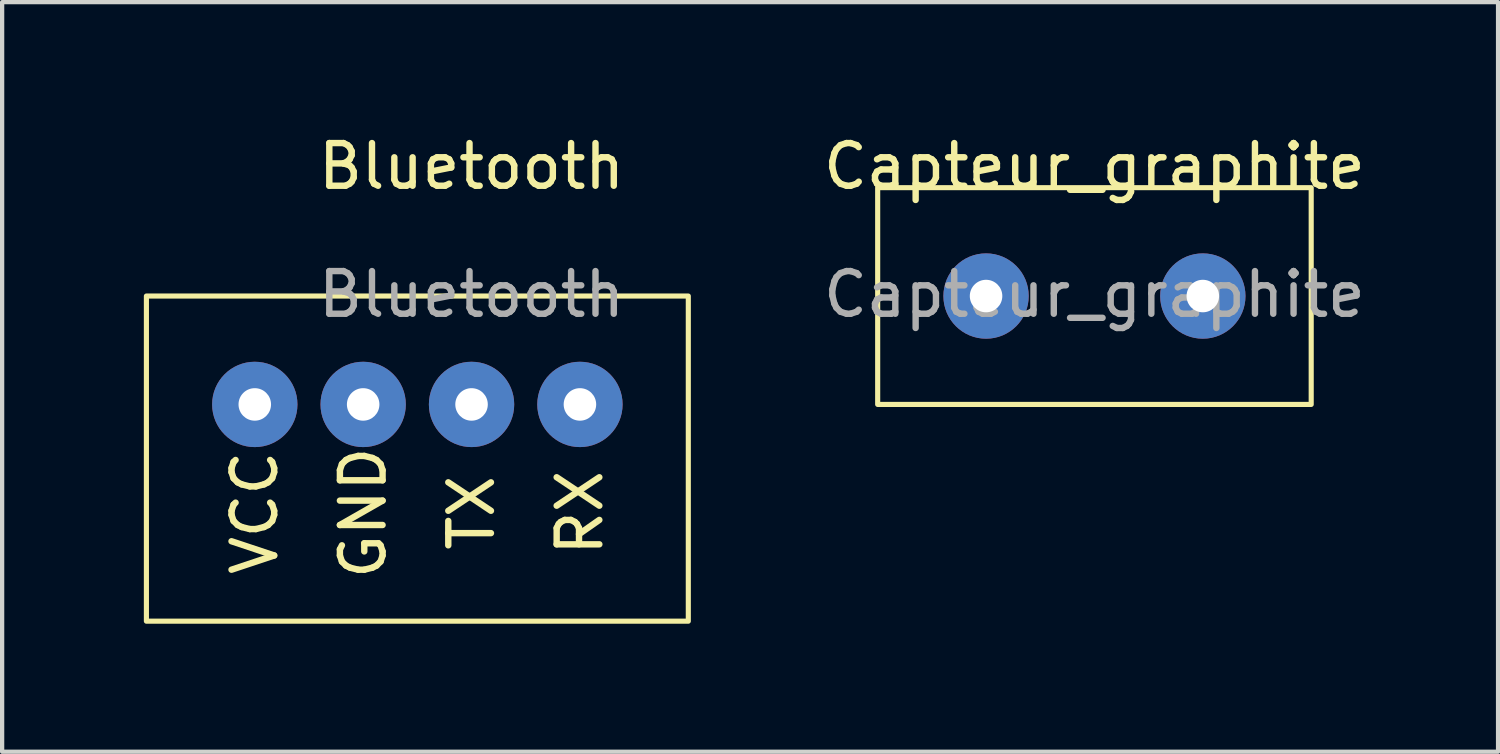
<source format=kicad_pcb>
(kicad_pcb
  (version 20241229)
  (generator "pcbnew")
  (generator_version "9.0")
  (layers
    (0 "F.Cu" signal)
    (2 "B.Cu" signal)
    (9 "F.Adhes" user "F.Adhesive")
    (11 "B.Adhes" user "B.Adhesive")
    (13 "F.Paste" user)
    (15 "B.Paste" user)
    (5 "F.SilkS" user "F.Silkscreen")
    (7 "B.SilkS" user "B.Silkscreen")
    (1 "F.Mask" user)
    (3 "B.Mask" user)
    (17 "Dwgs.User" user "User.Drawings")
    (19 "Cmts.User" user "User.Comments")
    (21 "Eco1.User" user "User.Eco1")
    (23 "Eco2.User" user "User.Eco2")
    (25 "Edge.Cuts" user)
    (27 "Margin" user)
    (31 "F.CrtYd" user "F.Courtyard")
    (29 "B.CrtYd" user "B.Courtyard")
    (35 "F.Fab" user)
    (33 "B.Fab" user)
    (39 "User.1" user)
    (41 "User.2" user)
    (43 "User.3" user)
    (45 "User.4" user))
  (footprint "Capteur_graphite"
    (layer "F.Cu")
    (at 22.599 1.348)
    (property "Reference" "Capteur_graphite" (at 0 -0.5 0) (unlocked yes) (layer "F.SilkS") (effects (font (size 1 1) (thickness 0.15))))
    (attr through_hole)
    (fp_rect (start -5.08 0) (end 5.08 5.08) (stroke (width 0.12) (type solid)) (fill no) (layer "F.SilkS"))
    (fp_text user "${REFERENCE}" (at 0 2.5 0) (unlocked yes) (layer "F.Fab") (effects (font (size 1 1) (thickness 0.15))))
    (pad "1" thru_hole circle (at -2.54 2.54) (size 2 2) (drill 0.762) (layers "*.Cu" "*.Mask"))
    (pad "2" thru_hole circle (at 2.54 2.54) (size 2 2) (drill 0.762) (layers "*.Cu" "*.Mask")))
  (footprint "Bluetooth"
    (layer "F.Cu")
    (at 8.001 1.348)
    (property "Reference" "Bluetooth" (at 0 -0.5 0) (unlocked yes) (layer "F.SilkS") (effects (font (size 1 1) (thickness 0.15))))
    (attr through_hole)
    (fp_rect (start -7.62 2.54) (end 5.08 10.16) (stroke (width 0.12) (type solid)) (fill no) (layer "F.SilkS"))
    (fp_text user "GND" (at -2.54 7.62 90) (unlocked yes) (layer "F.SilkS") (effects (font (size 1 1) (thickness 0.15))))
    (fp_text user "TX" (at 0 7.62 90) (unlocked yes) (layer "F.SilkS") (effects (font (size 1 1) (thickness 0.15))))
    (fp_text user "RX" (at 2.54 7.62 90) (unlocked yes) (layer "F.SilkS") (effects (font (size 1 1) (thickness 0.15))))
    (fp_text user "VCC" (at -5.08 7.62 90) (unlocked yes) (layer "F.SilkS") (effects (font (size 1 1) (thickness 0.15))))
    (fp_text user "${REFERENCE}" (at 0 2.5 0) (unlocked yes) (layer "F.Fab") (effects (font (size 1 1) (thickness 0.15))))
    (pad "1" thru_hole circle (at -7.62 5.08) (size 0.001 0.001) (drill 0.762) (layers "*.Cu" "*.Mask"))
    (pad "1" thru_hole circle (at -5.08 5.08) (size 2 2) (drill 0.762) (layers "*.Cu" "*.Mask"))
    (pad "2" thru_hole circle (at -2.54 5.08) (size 2 2) (drill 0.762) (layers "*.Cu" "*.Mask"))
    (pad "3" thru_hole circle (at 0 5.08) (size 2 2) (drill 0.762) (layers "*.Cu" "*.Mask"))
    (pad "4" thru_hole circle (at 2.54 5.08) (size 2 2) (drill 0.762) (layers "*.Cu" "*.Mask")))
  (gr_rect
    (start -3 -3)
    (end 32.058 14.568)
    (stroke (width 0.1) (type default))
    (fill no)
    (layer "Edge.Cuts")))
</source>
